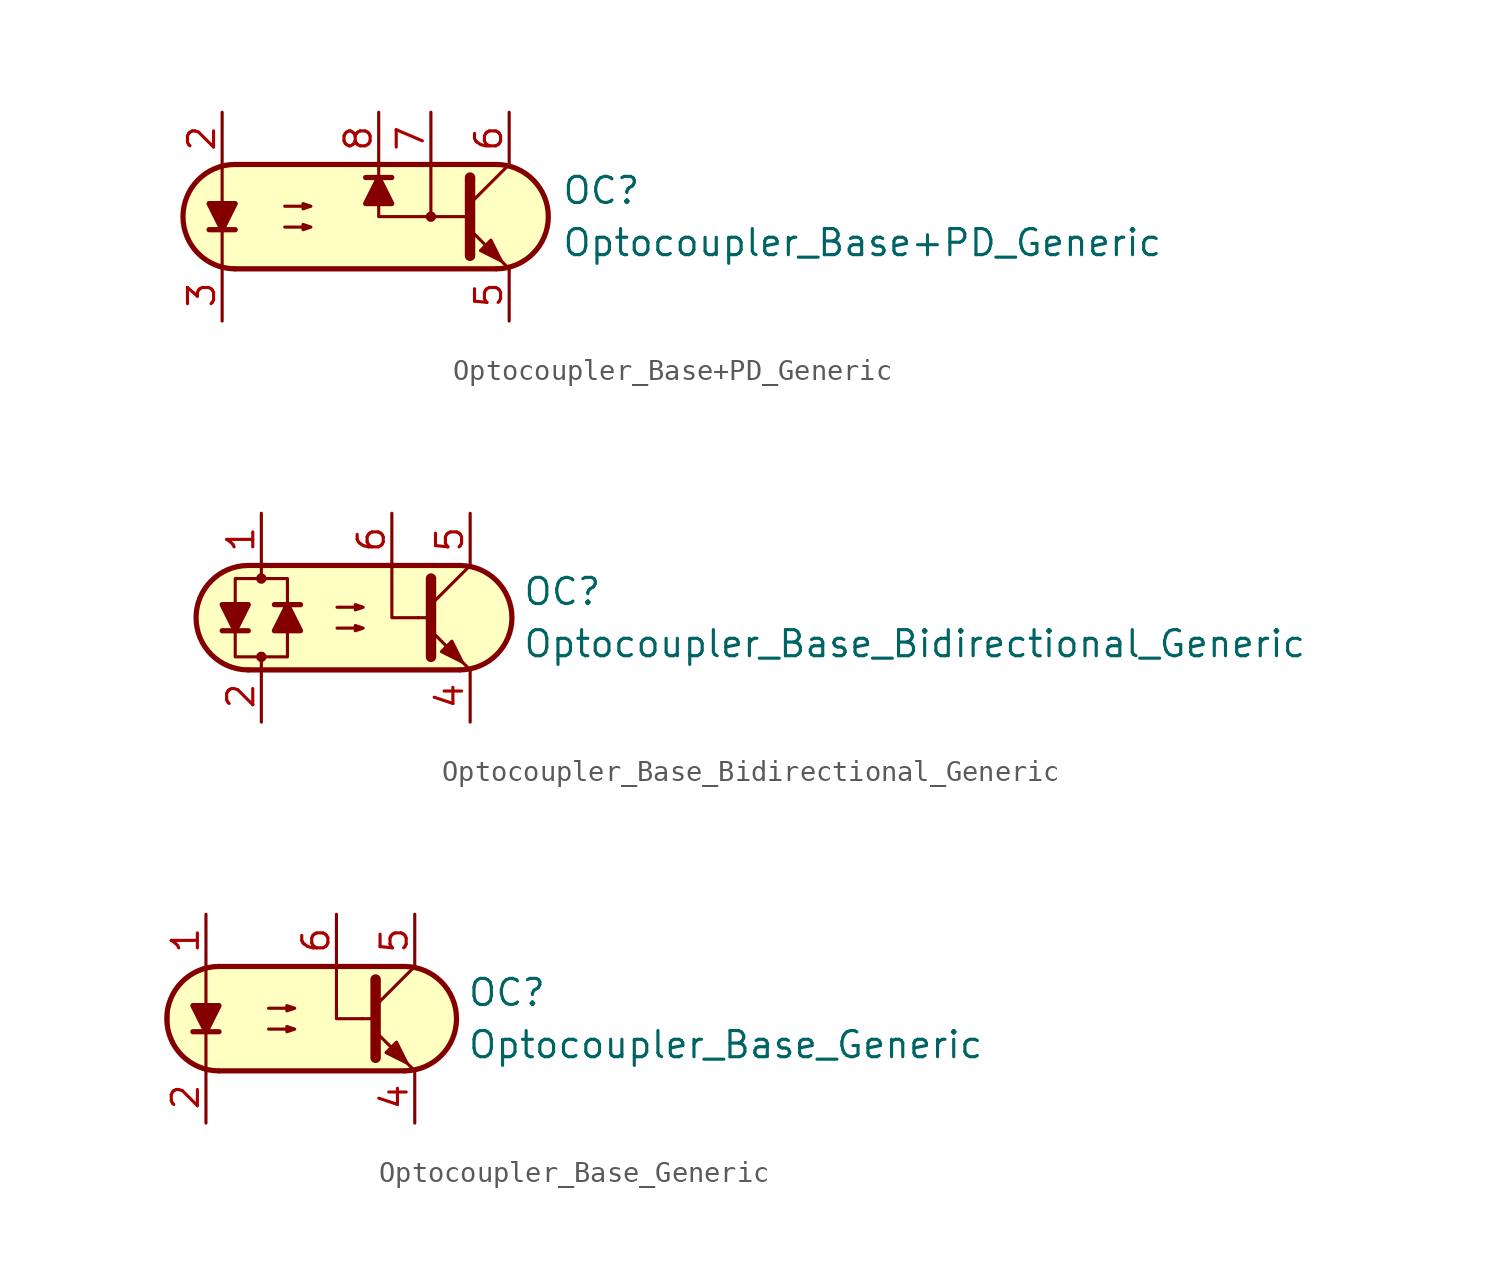
<source format=kicad_sym>
(kicad_symbol_lib
  (version 20231120)
  (generator "kicad_symbol_editor")
  (generator_version "8.0")
  (symbol "Optocoupler_Base+PD_Generic"
    (pin_names
      (offset 1.016))
    (property "Reference" "OC"
      (at 10.16 1.27 0)
      (effects (font (size 1.27 1.27)) (justify left)))
    (property "Value" "Optocoupler_Base+PD_Generic"
      (at 10.16 -1.27 0)
      (effects (font (size 1.27 1.27)) (justify left)))
    (symbol "Optocoupler_Base+PD_Generic_0_1"
      (arc (start -5.7375 2.54) (mid -8.2551 0) (end -5.7375 -2.54) (stroke (width 0.254) (type default)) (fill (type none)))
      (polyline (pts (xy -6.985 -0.635) (xy -5.715 -0.635)) (stroke (width 0.254) (type default)) (fill (type none)))
      (polyline (pts (xy -6.35 2.54) (xy -6.35 -2.54)) (stroke (width 0.152) (type default)) (fill (type none)))
      (polyline (pts (xy -5.715 2.54) (xy 6.985 2.54)) (stroke (width 0.254) (type default)) (fill (type none)))
      (polyline (pts (xy 3.81 2.54) (xy 3.81 0)) (stroke (width 0.152) (type default)) (fill (type none)))
      (polyline (pts (xy 5.715 0.635) (xy 7.62 2.54)) (stroke (width 0) (type default)) (fill (type none)))
      (polyline (pts (xy 6.985 -2.54) (xy -5.715 -2.54)) (stroke (width 0.254) (type default)) (fill (type none)))
      (polyline (pts (xy 7.62 -2.54) (xy 5.715 -0.635)) (stroke (width 0) (type default)) (fill (type outline)))
      (polyline (pts (xy 5.715 0) (xy 1.27 0) (xy 1.27 2.54)) (stroke (width 0.152) (type default)) (fill (type none)))
      (polyline (pts (xy 5.715 1.905) (xy 5.715 -1.905) (xy 5.715 -1.905)) (stroke (width 0.508) (type default)) (fill (type none)))
      (polyline (pts (xy -6.35 -0.635) (xy -6.985 0.635) (xy -5.715 0.635) (xy -6.35 -0.635)) (stroke (width 0.254) (type default)) (fill (type outline)))
      (polyline (pts (xy -3.302 -0.508) (xy -2.032 -0.508) (xy -2.413 -0.635) (xy -2.413 -0.381) (xy -2.032 -0.508)) (stroke (width 0) (type default)) (fill (type none)))
      (polyline (pts (xy -3.302 0.508) (xy -2.032 0.508) (xy -2.413 0.381) (xy -2.413 0.635) (xy -2.032 0.508)) (stroke (width 0) (type default)) (fill (type none)))
      (polyline (pts (xy 6.223 -1.651) (xy 6.731 -1.143) (xy 7.239 -2.159) (xy 6.223 -1.651) (xy 6.223 -1.651)) (stroke (width 0) (type default)) (fill (type outline)))
      (polyline (pts (xy -3.81 2.54) (xy 4.826 2.54) (xy 6.096 2.54) (xy 7.366 2.54) (xy 8.382 2.159) (xy 9.271 1.143) (xy 9.525 0.127) (xy 9.398 -0.762) (xy 9.017 -1.524) (xy 8.636 -1.905) (xy 8.128 -2.286) (xy 7.239 -2.54) (xy -6.223 -2.54) (xy -7.112 -2.159) (xy -7.874 -1.397) (xy -8.255 -0.508) (xy -8.255 0.508) (xy -7.747 1.524) (xy -7.112 2.159) (xy -6.223 2.54) (xy -5.334 2.54) (xy -4.826 2.54) (xy -3.81 2.54)) (stroke (width 0.01) (type default)) (fill (type background)))
      (circle (center 3.81 0) (radius 0.178) (stroke (width 0) (type default)) (fill (type outline)))
      (arc (start 7.0075 -2.54) (mid 9.5251 0) (end 7.0075 2.54) (stroke (width 0.254) (type default)) (fill (type none))))
    (symbol "Optocoupler_Base+PD_Generic_1_1"
      (polyline (pts (xy 1.905 1.905) (xy 0.635 1.905)) (stroke (width 0.254) (type default)) (fill (type none)))
      (polyline (pts (xy 1.27 1.905) (xy 1.905 0.635) (xy 0.635 0.635) (xy 1.27 1.905)) (stroke (width 0.254) (type default)) (fill (type outline)))
      (pin free line (at 0 1.27 0) (length 2.54) hide (name "NC" (effects (font (size 1.27 1.27)))) (number "1" (effects (font (size 1.27 1.27)))))
      (pin passive line (at -6.35 5.08 270) (length 2.54) (name "~" (effects (font (size 1.27 1.27)))) (number "2" (effects (font (size 1.27 1.27)))))
      (pin passive line (at -6.35 -5.08 90) (length 2.54) (name "~" (effects (font (size 1.27 1.27)))) (number "3" (effects (font (size 1.27 1.27)))))
      (pin free line (at 0 -1.27 0) (length 2.54) hide (name "NC" (effects (font (size 1.27 1.27)))) (number "4" (effects (font (size 1.27 1.27)))))
      (pin passive line (at 7.62 -5.08 90) (length 2.54) (name "~" (effects (font (size 1.27 1.27)))) (number "5" (effects (font (size 1.27 1.27)))))
      (pin passive line (at 7.62 5.08 270) (length 2.54) (name "~" (effects (font (size 1.27 1.27)))) (number "6" (effects (font (size 1.27 1.27)))))
      (pin passive line (at 3.81 5.08 270) (length 2.54) (name "~" (effects (font (size 1.27 1.27)))) (number "7" (effects (font (size 1.27 1.27)))))
      (pin passive line (at 1.27 5.08 270) (length 2.54) (name "~" (effects (font (size 1.27 1.27)))) (number "8" (effects (font (size 1.27 1.27)))))))
  (symbol "Optocoupler_Base_Bidirectional_Generic"
    (pin_names
      (offset 1.016))
    (property "Reference" "OC"
      (at 7.62 1.27 0)
      (effects (font (size 1.27 1.27)) (justify left)))
    (property "Value" "Optocoupler_Base_Bidirectional_Generic"
      (at 7.62 -1.27 0)
      (effects (font (size 1.27 1.27)) (justify left)))
    (symbol "Optocoupler_Base_Bidirectional_Generic_0_1"
      (arc (start -5.7375 2.54) (mid -8.2551 0) (end -5.7375 -2.54) (stroke (width 0.254) (type default)) (fill (type none)))
      (circle (center -5.08 -1.905) (radius 0.178) (stroke (width 0) (type default)) (fill (type outline)))
      (circle (center -5.08 1.905) (radius 0.178) (stroke (width 0) (type default)) (fill (type outline)))
      (polyline (pts (xy -6.985 -0.635) (xy -5.715 -0.635)) (stroke (width 0.254) (type default)) (fill (type none)))
      (polyline (pts (xy -5.715 2.54) (xy 4.572 2.54)) (stroke (width 0.254) (type default)) (fill (type none)))
      (polyline (pts (xy -5.08 1.905) (xy -5.08 2.54)) (stroke (width 0.152) (type default)) (fill (type none)))
      (polyline (pts (xy 2.54 0) (xy 3.048 0)) (stroke (width 0.152) (type default)) (fill (type none)))
      (polyline (pts (xy 3.175 0.635) (xy 5.08 2.54)) (stroke (width 0) (type default)) (fill (type none)))
      (polyline (pts (xy 4.572 -2.54) (xy -5.715 -2.54)) (stroke (width 0.254) (type default)) (fill (type none)))
      (polyline (pts (xy 5.08 -2.54) (xy 3.175 -0.635)) (stroke (width 0) (type default)) (fill (type outline)))
      (polyline (pts (xy 2.54 0) (xy 1.27 0) (xy 1.27 2.54)) (stroke (width 0.152) (type default)) (fill (type none)))
      (polyline (pts (xy 3.175 1.905) (xy 3.175 -1.905) (xy 3.175 -1.905)) (stroke (width 0.508) (type default)) (fill (type none)))
      (polyline (pts (xy -6.35 -0.635) (xy -6.985 0.635) (xy -5.715 0.635) (xy -6.35 -0.635)) (stroke (width 0.254) (type default)) (fill (type outline)))
      (polyline (pts (xy -1.397 -0.508) (xy -0.127 -0.508) (xy -0.508 -0.635) (xy -0.508 -0.381) (xy -0.127 -0.508)) (stroke (width 0) (type default)) (fill (type none)))
      (polyline (pts (xy -1.397 0.508) (xy -0.127 0.508) (xy -0.508 0.381) (xy -0.508 0.635) (xy -0.127 0.508)) (stroke (width 0) (type default)) (fill (type none)))
      (polyline (pts (xy 3.683 -1.651) (xy 4.191 -1.143) (xy 4.699 -2.159) (xy 3.683 -1.651) (xy 3.683 -1.651)) (stroke (width 0) (type default)) (fill (type outline)))
      (polyline (pts (xy -5.08 -2.54) (xy -5.08 -1.905) (xy -6.35 -1.905) (xy -6.35 1.905) (xy -3.81 1.905) (xy -3.81 -1.905) (xy -5.08 -1.905)) (stroke (width 0.152) (type default)) (fill (type none)))
      (polyline (pts (xy -3.81 2.54) (xy 4.826 2.54) (xy 5.334 2.413) (xy 5.969 2.159) (xy 6.604 1.524) (xy 6.985 0.762) (xy 7.112 0) (xy 6.985 -0.889) (xy 6.477 -1.651) (xy 5.969 -2.159) (xy 5.334 -2.413) (xy 4.699 -2.54) (xy -6.223 -2.54) (xy -7.112 -2.159) (xy -7.874 -1.397) (xy -8.255 -0.508) (xy -8.255 0.508) (xy -7.747 1.524) (xy -7.112 2.159) (xy -6.223 2.54) (xy -5.334 2.54) (xy -4.826 2.54) (xy -3.81 2.54)) (stroke (width 0.01) (type default)) (fill (type background)))
      (arc (start 4.5945 -2.54) (mid 7.1121 0) (end 4.5945 2.54) (stroke (width 0.254) (type default)) (fill (type none))))
    (symbol "Optocoupler_Base_Bidirectional_Generic_1_1"
      (polyline (pts (xy -3.175 0.635) (xy -4.445 0.635)) (stroke (width 0.254) (type default)) (fill (type none)))
      (polyline (pts (xy -3.81 0.635) (xy -3.175 -0.635) (xy -4.445 -0.635) (xy -3.81 0.635)) (stroke (width 0.254) (type default)) (fill (type outline)))
      (pin passive line (at -5.08 5.08 270) (length 2.54) (name "~" (effects (font (size 1.27 1.27)))) (number "1" (effects (font (size 1.27 1.27)))))
      (pin passive line (at -5.08 -5.08 90) (length 2.54) (name "~" (effects (font (size 1.27 1.27)))) (number "2" (effects (font (size 1.27 1.27)))))
      (pin free line (at -1.27 0 0) (length 2.54) hide (name "NC" (effects (font (size 1.27 1.27)))) (number "3" (effects (font (size 1.27 1.27)))))
      (pin passive line (at 5.08 -5.08 90) (length 2.54) (name "~" (effects (font (size 1.27 1.27)))) (number "4" (effects (font (size 1.27 1.27)))))
      (pin passive line (at 5.08 5.08 270) (length 2.54) (name "~" (effects (font (size 1.27 1.27)))) (number "5" (effects (font (size 1.27 1.27)))))
      (pin passive line (at 1.27 5.08 270) (length 2.54) (name "~" (effects (font (size 1.27 1.27)))) (number "6" (effects (font (size 1.27 1.27)))))))
  (symbol "Optocoupler_Base_Generic"
    (pin_names
      (offset 1.016))
    (property "Reference" "OC"
      (at 8.89 1.27 0)
      (effects (font (size 1.27 1.27)) (justify left)))
    (property "Value" "Optocoupler_Base_Generic"
      (at 8.89 -1.27 0)
      (effects (font (size 1.27 1.27)) (justify left)))
    (symbol "Optocoupler_Base_Generic_0_1"
      (arc (start -3.1975 2.54) (mid -5.7151 0) (end -3.1975 -2.54) (stroke (width 0.254) (type default)) (fill (type none)))
      (polyline (pts (xy -4.445 -0.635) (xy -3.175 -0.635)) (stroke (width 0.254) (type default)) (fill (type none)))
      (polyline (pts (xy -3.175 2.54) (xy 5.842 2.54)) (stroke (width 0.254) (type default)) (fill (type none)))
      (polyline (pts (xy 3.81 0) (xy 4.318 0)) (stroke (width 0.152) (type default)) (fill (type none)))
      (polyline (pts (xy 4.445 0.635) (xy 6.35 2.54)) (stroke (width 0) (type default)) (fill (type none)))
      (polyline (pts (xy 5.842 -2.54) (xy -3.175 -2.54)) (stroke (width 0.254) (type default)) (fill (type none)))
      (polyline (pts (xy 6.35 -2.54) (xy 4.445 -0.635)) (stroke (width 0) (type default)) (fill (type outline)))
      (polyline (pts (xy -3.81 -2.54) (xy -3.81 -1.27) (xy -3.81 2.54)) (stroke (width 0.152) (type default)) (fill (type none)))
      (polyline (pts (xy 3.81 0) (xy 2.54 0) (xy 2.54 2.54)) (stroke (width 0.152) (type default)) (fill (type none)))
      (polyline (pts (xy 4.445 1.905) (xy 4.445 -1.905) (xy 4.445 -1.905)) (stroke (width 0.508) (type default)) (fill (type none)))
      (polyline (pts (xy -3.81 -0.635) (xy -4.445 0.635) (xy -3.175 0.635) (xy -3.81 -0.635)) (stroke (width 0.254) (type default)) (fill (type outline)))
      (polyline (pts (xy -0.762 -0.508) (xy 0.508 -0.508) (xy 0.127 -0.635) (xy 0.127 -0.381) (xy 0.508 -0.508)) (stroke (width 0) (type default)) (fill (type none)))
      (polyline (pts (xy -0.762 0.508) (xy 0.508 0.508) (xy 0.127 0.381) (xy 0.127 0.635) (xy 0.508 0.508)) (stroke (width 0) (type default)) (fill (type none)))
      (polyline (pts (xy 4.953 -1.651) (xy 5.461 -1.143) (xy 5.969 -2.159) (xy 4.953 -1.651) (xy 4.953 -1.651)) (stroke (width 0) (type default)) (fill (type outline)))
      (polyline (pts (xy -2.54 2.54) (xy 6.096 2.54) (xy 6.604 2.413) (xy 7.239 2.159) (xy 7.874 1.524) (xy 8.255 0.762) (xy 8.382 0) (xy 8.255 -0.889) (xy 7.747 -1.651) (xy 7.239 -2.159) (xy 6.604 -2.413) (xy 5.969 -2.54) (xy -3.81 -2.54) (xy -3.81 -2.54) (xy -4.572 -2.032) (xy -5.08 -1.778) (xy -5.588 -0.508) (xy -5.588 0.254) (xy -5.588 1.016) (xy -5.08 1.778) (xy -4.318 2.286) (xy -3.556 2.54) (xy -2.54 2.54)) (stroke (width 0.01) (type default)) (fill (type background)))
      (arc (start 5.8645 -2.54) (mid 8.3821 0) (end 5.8645 2.54) (stroke (width 0.254) (type default)) (fill (type none))))
    (symbol "Optocoupler_Base_Generic_1_1"
      (pin passive line (at -3.81 5.08 270) (length 2.54) (name "~" (effects (font (size 1.27 1.27)))) (number "1" (effects (font (size 1.27 1.27)))))
      (pin passive line (at -3.81 -5.08 90) (length 2.54) (name "~" (effects (font (size 1.27 1.27)))) (number "2" (effects (font (size 1.27 1.27)))))
      (pin free line (at 0 0 0) (length 2.54) hide (name "NC" (effects (font (size 1.27 1.27)))) (number "3" (effects (font (size 1.27 1.27)))))
      (pin passive line (at 6.35 -5.08 90) (length 2.54) (name "~" (effects (font (size 1.27 1.27)))) (number "4" (effects (font (size 1.27 1.27)))))
      (pin passive line (at 6.35 5.08 270) (length 2.54) (name "~" (effects (font (size 1.27 1.27)))) (number "5" (effects (font (size 1.27 1.27)))))
      (pin passive line (at 2.54 5.08 270) (length 2.54) (name "~" (effects (font (size 1.27 1.27)))) (number "6" (effects (font (size 1.27 1.27))))))))
</source>
